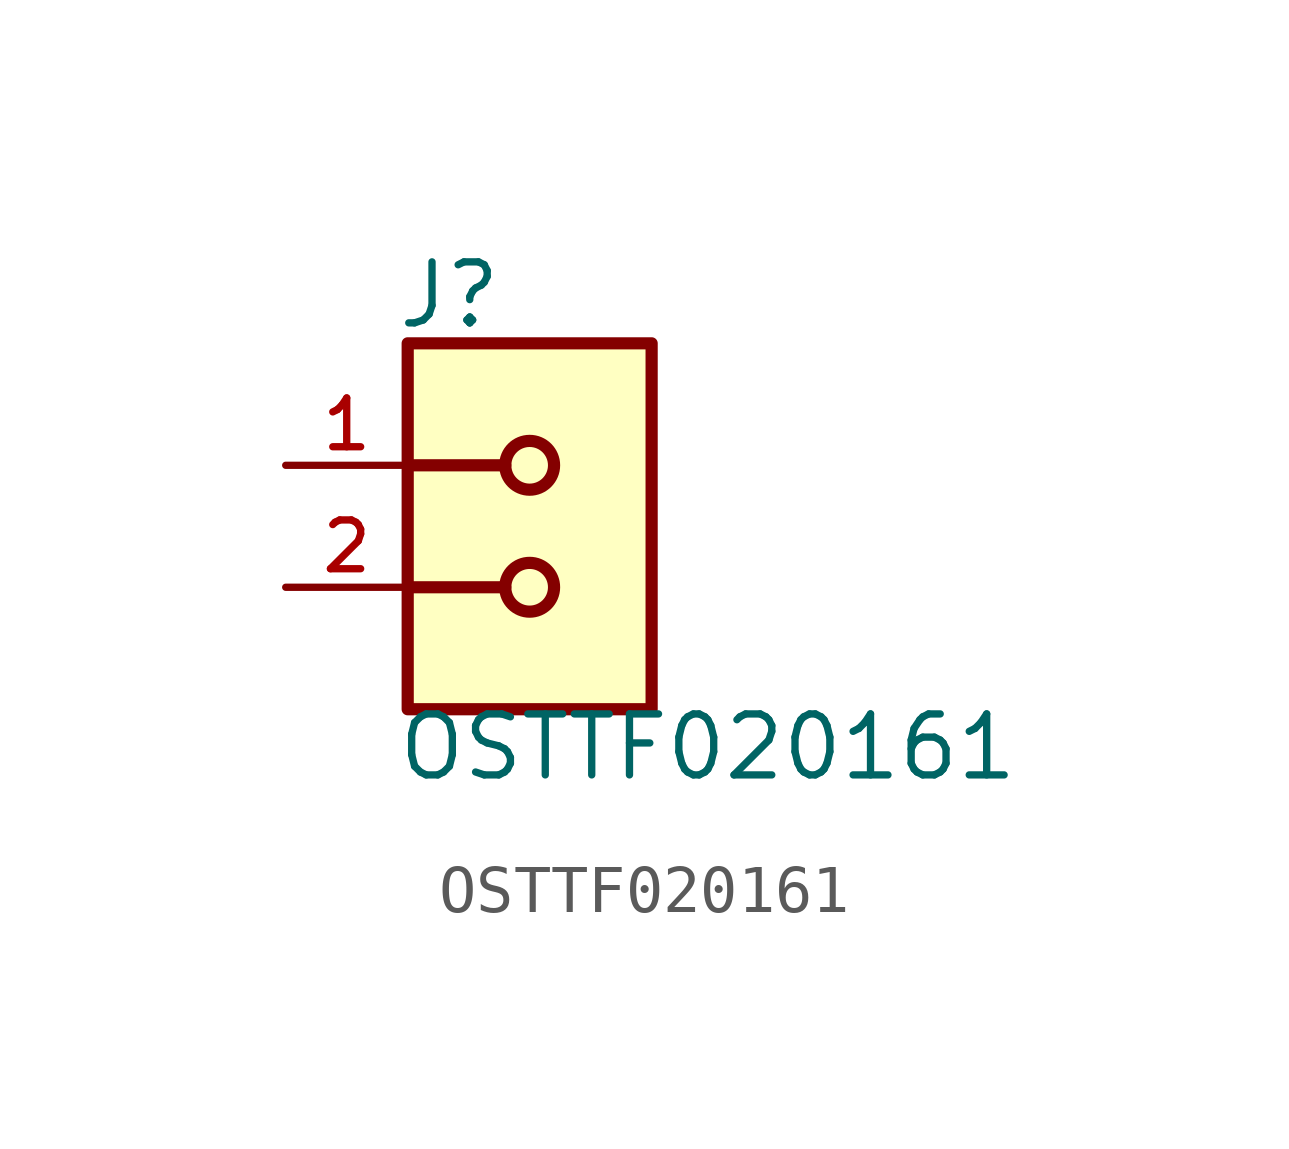
<source format=kicad_sym>
(kicad_symbol_lib
  (version 20211014)
  (generator kicad_symbol_editor)
  (symbol "OSTTF020161"
    (pin_names
      (offset 1.016))
    (property "Reference" "J"
      (at -2.799 5.343 0)
      (effects (font (size 1.27 1.27)) (justify bottom left)))
    (property "Value" "OSTTF020161"
      (at -2.799 -4.071 0)
      (effects (font (size 1.27 1.27)) (justify bottom left)))
    (symbol "OSTTF020161_0_0"
      (circle (center 0.0 2.54) (radius 0.508) (stroke (width 0.254)) (fill (type none)))
      (circle (center 0.0 0.0) (radius 0.508) (stroke (width 0.254)) (fill (type none)))
      (polyline (pts (xy -0.508 2.54) (xy -2.54 2.54)) (stroke (width 0.254)))
      (polyline (pts (xy -2.54 0.0) (xy -0.508 0.0)) (stroke (width 0.254)))
      (rectangle (start -2.54 -2.54) (end 2.54 5.08) (stroke (width 0.254)) (fill (type background)))
      (pin passive line (at -5.08 2.54 0) (length 2.54) (name "~" (effects (font (size 1.016 1.016)))) (number "1" (effects (font (size 1.016 1.016)))))
      (pin passive line (at -5.08 0.0 0) (length 2.54) (name "~" (effects (font (size 1.016 1.016)))) (number "2" (effects (font (size 1.016 1.016))))))))
</source>
